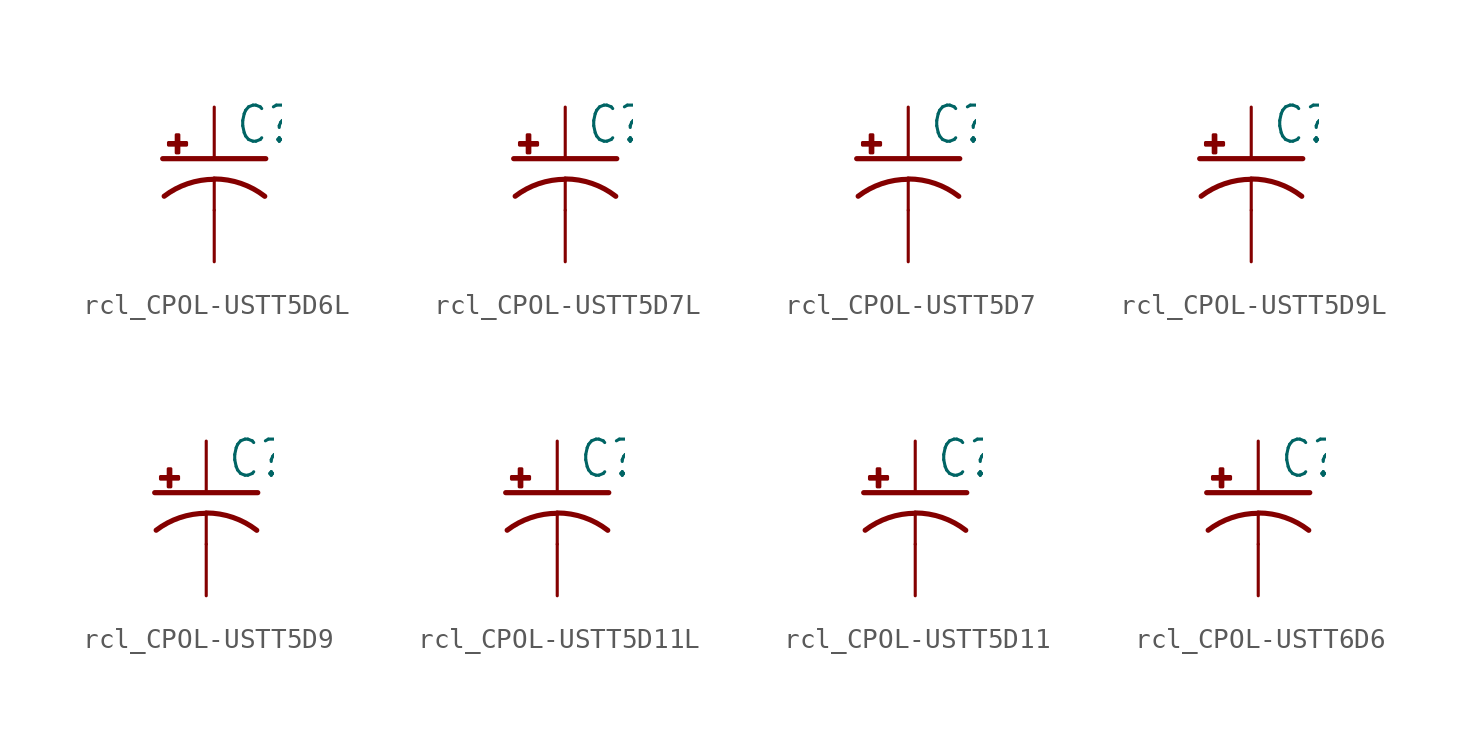
<source format=kicad_sym>
(kicad_symbol_lib
  (version 20220914)
  (generator kicad_symbol_editor)
  (symbol "rcl_CPOL-USTT5D6L"
    (property "Reference" "C"
      (at 1.016 0.635 0)
      (effects (font (size 1.778 1.511)) (justify left bottom)))
    (property "Value" ""
      (at 1.016 -4.191 0)
      (effects (font (size 1.778 1.511)) (justify left bottom)))
    (property "ki_locked" ""
      (at 0 0 0)
      (effects (font (size 1.27 1.27))))
    (symbol "rcl_CPOL-USTT5D6L_1_0"
      (rectangle (start -2.253 0.668) (end -1.364 0.795) (stroke (width 0) (type default)) (fill (type outline)))
      (rectangle (start -1.872 0.287) (end -1.745 1.176) (stroke (width 0) (type default)) (fill (type outline)))
      (arc (start 0 -1.0161) (mid -1.3021 -1.2303) (end -2.4669 -1.8504) (stroke (width 0.254) (type solid)) (fill (type none)))
      (polyline (pts (xy -2.54 0) (xy 2.54 0)) (stroke (width 0.254) (type solid)) (fill (type none)))
      (polyline (pts (xy 0 -1.016) (xy 0 -2.54)) (stroke (width 0.152) (type solid)) (fill (type none)))
      (arc (start 2.4892 -1.8541) (mid 1.3158 -1.2194) (end 0 -1) (stroke (width 0.254) (type solid)) (fill (type none)))
      (pin passive line (at 0 2.54 270) (length 2.54) (name "+" (effects (font (size 0 0)))) (number "+" (effects (font (size 0 0)))))
      (pin passive line (at 0 -5.08 90) (length 2.54) (name "-" (effects (font (size 0 0)))) (number "-" (effects (font (size 0 0)))))))
  (symbol "rcl_CPOL-USTT5D7L"
    (property "Reference" "C"
      (at 1.016 0.635 0)
      (effects (font (size 1.778 1.511)) (justify left bottom)))
    (property "Value" ""
      (at 1.016 -4.191 0)
      (effects (font (size 1.778 1.511)) (justify left bottom)))
    (property "ki_locked" ""
      (at 0 0 0)
      (effects (font (size 1.27 1.27))))
    (symbol "rcl_CPOL-USTT5D7L_1_0"
      (rectangle (start -2.253 0.668) (end -1.364 0.795) (stroke (width 0) (type default)) (fill (type outline)))
      (rectangle (start -1.872 0.287) (end -1.745 1.176) (stroke (width 0) (type default)) (fill (type outline)))
      (arc (start 0 -1.0161) (mid -1.3021 -1.2303) (end -2.4669 -1.8504) (stroke (width 0.254) (type solid)) (fill (type none)))
      (polyline (pts (xy -2.54 0) (xy 2.54 0)) (stroke (width 0.254) (type solid)) (fill (type none)))
      (polyline (pts (xy 0 -1.016) (xy 0 -2.54)) (stroke (width 0.152) (type solid)) (fill (type none)))
      (arc (start 2.4892 -1.8541) (mid 1.3158 -1.2194) (end 0 -1) (stroke (width 0.254) (type solid)) (fill (type none)))
      (pin passive line (at 0 2.54 270) (length 2.54) (name "+" (effects (font (size 0 0)))) (number "+" (effects (font (size 0 0)))))
      (pin passive line (at 0 -5.08 90) (length 2.54) (name "-" (effects (font (size 0 0)))) (number "-" (effects (font (size 0 0)))))))
  (symbol "rcl_CPOL-USTT5D7"
    (property "Reference" "C"
      (at 1.016 0.635 0)
      (effects (font (size 1.778 1.511)) (justify left bottom)))
    (property "Value" ""
      (at 1.016 -4.191 0)
      (effects (font (size 1.778 1.511)) (justify left bottom)))
    (property "ki_locked" ""
      (at 0 0 0)
      (effects (font (size 1.27 1.27))))
    (symbol "rcl_CPOL-USTT5D7_1_0"
      (rectangle (start -2.253 0.668) (end -1.364 0.795) (stroke (width 0) (type default)) (fill (type outline)))
      (rectangle (start -1.872 0.287) (end -1.745 1.176) (stroke (width 0) (type default)) (fill (type outline)))
      (arc (start 0 -1.0161) (mid -1.3021 -1.2303) (end -2.4669 -1.8504) (stroke (width 0.254) (type solid)) (fill (type none)))
      (polyline (pts (xy -2.54 0) (xy 2.54 0)) (stroke (width 0.254) (type solid)) (fill (type none)))
      (polyline (pts (xy 0 -1.016) (xy 0 -2.54)) (stroke (width 0.152) (type solid)) (fill (type none)))
      (arc (start 2.4892 -1.8541) (mid 1.3158 -1.2194) (end 0 -1) (stroke (width 0.254) (type solid)) (fill (type none)))
      (pin passive line (at 0 2.54 270) (length 2.54) (name "+" (effects (font (size 0 0)))) (number "+" (effects (font (size 0 0)))))
      (pin passive line (at 0 -5.08 90) (length 2.54) (name "-" (effects (font (size 0 0)))) (number "-" (effects (font (size 0 0)))))))
  (symbol "rcl_CPOL-USTT5D9L"
    (property "Reference" "C"
      (at 1.016 0.635 0)
      (effects (font (size 1.778 1.511)) (justify left bottom)))
    (property "Value" ""
      (at 1.016 -4.191 0)
      (effects (font (size 1.778 1.511)) (justify left bottom)))
    (property "ki_locked" ""
      (at 0 0 0)
      (effects (font (size 1.27 1.27))))
    (symbol "rcl_CPOL-USTT5D9L_1_0"
      (rectangle (start -2.253 0.668) (end -1.364 0.795) (stroke (width 0) (type default)) (fill (type outline)))
      (rectangle (start -1.872 0.287) (end -1.745 1.176) (stroke (width 0) (type default)) (fill (type outline)))
      (arc (start 0 -1.0161) (mid -1.3021 -1.2303) (end -2.4669 -1.8504) (stroke (width 0.254) (type solid)) (fill (type none)))
      (polyline (pts (xy -2.54 0) (xy 2.54 0)) (stroke (width 0.254) (type solid)) (fill (type none)))
      (polyline (pts (xy 0 -1.016) (xy 0 -2.54)) (stroke (width 0.152) (type solid)) (fill (type none)))
      (arc (start 2.4892 -1.8541) (mid 1.3158 -1.2194) (end 0 -1) (stroke (width 0.254) (type solid)) (fill (type none)))
      (pin passive line (at 0 2.54 270) (length 2.54) (name "+" (effects (font (size 0 0)))) (number "+" (effects (font (size 0 0)))))
      (pin passive line (at 0 -5.08 90) (length 2.54) (name "-" (effects (font (size 0 0)))) (number "-" (effects (font (size 0 0)))))))
  (symbol "rcl_CPOL-USTT5D9"
    (property "Reference" "C"
      (at 1.016 0.635 0)
      (effects (font (size 1.778 1.511)) (justify left bottom)))
    (property "Value" ""
      (at 1.016 -4.191 0)
      (effects (font (size 1.778 1.511)) (justify left bottom)))
    (property "ki_locked" ""
      (at 0 0 0)
      (effects (font (size 1.27 1.27))))
    (symbol "rcl_CPOL-USTT5D9_1_0"
      (rectangle (start -2.253 0.668) (end -1.364 0.795) (stroke (width 0) (type default)) (fill (type outline)))
      (rectangle (start -1.872 0.287) (end -1.745 1.176) (stroke (width 0) (type default)) (fill (type outline)))
      (arc (start 0 -1.0161) (mid -1.3021 -1.2303) (end -2.4669 -1.8504) (stroke (width 0.254) (type solid)) (fill (type none)))
      (polyline (pts (xy -2.54 0) (xy 2.54 0)) (stroke (width 0.254) (type solid)) (fill (type none)))
      (polyline (pts (xy 0 -1.016) (xy 0 -2.54)) (stroke (width 0.152) (type solid)) (fill (type none)))
      (arc (start 2.4892 -1.8541) (mid 1.3158 -1.2194) (end 0 -1) (stroke (width 0.254) (type solid)) (fill (type none)))
      (pin passive line (at 0 2.54 270) (length 2.54) (name "+" (effects (font (size 0 0)))) (number "+" (effects (font (size 0 0)))))
      (pin passive line (at 0 -5.08 90) (length 2.54) (name "-" (effects (font (size 0 0)))) (number "-" (effects (font (size 0 0)))))))
  (symbol "rcl_CPOL-USTT5D11L"
    (property "Reference" "C"
      (at 1.016 0.635 0)
      (effects (font (size 1.778 1.511)) (justify left bottom)))
    (property "Value" ""
      (at 1.016 -4.191 0)
      (effects (font (size 1.778 1.511)) (justify left bottom)))
    (property "ki_locked" ""
      (at 0 0 0)
      (effects (font (size 1.27 1.27))))
    (symbol "rcl_CPOL-USTT5D11L_1_0"
      (rectangle (start -2.253 0.668) (end -1.364 0.795) (stroke (width 0) (type default)) (fill (type outline)))
      (rectangle (start -1.872 0.287) (end -1.745 1.176) (stroke (width 0) (type default)) (fill (type outline)))
      (arc (start 0 -1.0161) (mid -1.3021 -1.2303) (end -2.4669 -1.8504) (stroke (width 0.254) (type solid)) (fill (type none)))
      (polyline (pts (xy -2.54 0) (xy 2.54 0)) (stroke (width 0.254) (type solid)) (fill (type none)))
      (polyline (pts (xy 0 -1.016) (xy 0 -2.54)) (stroke (width 0.152) (type solid)) (fill (type none)))
      (arc (start 2.4892 -1.8541) (mid 1.3158 -1.2194) (end 0 -1) (stroke (width 0.254) (type solid)) (fill (type none)))
      (pin passive line (at 0 2.54 270) (length 2.54) (name "+" (effects (font (size 0 0)))) (number "+" (effects (font (size 0 0)))))
      (pin passive line (at 0 -5.08 90) (length 2.54) (name "-" (effects (font (size 0 0)))) (number "-" (effects (font (size 0 0)))))))
  (symbol "rcl_CPOL-USTT5D11"
    (property "Reference" "C"
      (at 1.016 0.635 0)
      (effects (font (size 1.778 1.511)) (justify left bottom)))
    (property "Value" ""
      (at 1.016 -4.191 0)
      (effects (font (size 1.778 1.511)) (justify left bottom)))
    (property "ki_locked" ""
      (at 0 0 0)
      (effects (font (size 1.27 1.27))))
    (symbol "rcl_CPOL-USTT5D11_1_0"
      (rectangle (start -2.253 0.668) (end -1.364 0.795) (stroke (width 0) (type default)) (fill (type outline)))
      (rectangle (start -1.872 0.287) (end -1.745 1.176) (stroke (width 0) (type default)) (fill (type outline)))
      (arc (start 0 -1.0161) (mid -1.3021 -1.2303) (end -2.4669 -1.8504) (stroke (width 0.254) (type solid)) (fill (type none)))
      (polyline (pts (xy -2.54 0) (xy 2.54 0)) (stroke (width 0.254) (type solid)) (fill (type none)))
      (polyline (pts (xy 0 -1.016) (xy 0 -2.54)) (stroke (width 0.152) (type solid)) (fill (type none)))
      (arc (start 2.4892 -1.8541) (mid 1.3158 -1.2194) (end 0 -1) (stroke (width 0.254) (type solid)) (fill (type none)))
      (pin passive line (at 0 2.54 270) (length 2.54) (name "+" (effects (font (size 0 0)))) (number "+" (effects (font (size 0 0)))))
      (pin passive line (at 0 -5.08 90) (length 2.54) (name "-" (effects (font (size 0 0)))) (number "-" (effects (font (size 0 0)))))))
  (symbol "rcl_CPOL-USTT6D6"
    (property "Reference" "C"
      (at 1.016 0.635 0)
      (effects (font (size 1.778 1.511)) (justify left bottom)))
    (property "Value" ""
      (at 1.016 -4.191 0)
      (effects (font (size 1.778 1.511)) (justify left bottom)))
    (property "ki_locked" ""
      (at 0 0 0)
      (effects (font (size 1.27 1.27))))
    (symbol "rcl_CPOL-USTT6D6_1_0"
      (rectangle (start -2.253 0.668) (end -1.364 0.795) (stroke (width 0) (type default)) (fill (type outline)))
      (rectangle (start -1.872 0.287) (end -1.745 1.176) (stroke (width 0) (type default)) (fill (type outline)))
      (arc (start 0 -1.0161) (mid -1.3021 -1.2303) (end -2.4669 -1.8504) (stroke (width 0.254) (type solid)) (fill (type none)))
      (polyline (pts (xy -2.54 0) (xy 2.54 0)) (stroke (width 0.254) (type solid)) (fill (type none)))
      (polyline (pts (xy 0 -1.016) (xy 0 -2.54)) (stroke (width 0.152) (type solid)) (fill (type none)))
      (arc (start 2.4892 -1.8541) (mid 1.3158 -1.2194) (end 0 -1) (stroke (width 0.254) (type solid)) (fill (type none)))
      (pin passive line (at 0 2.54 270) (length 2.54) (name "+" (effects (font (size 0 0)))) (number "+" (effects (font (size 0 0)))))
      (pin passive line (at 0 -5.08 90) (length 2.54) (name "-" (effects (font (size 0 0)))) (number "-" (effects (font (size 0 0))))))))
</source>
